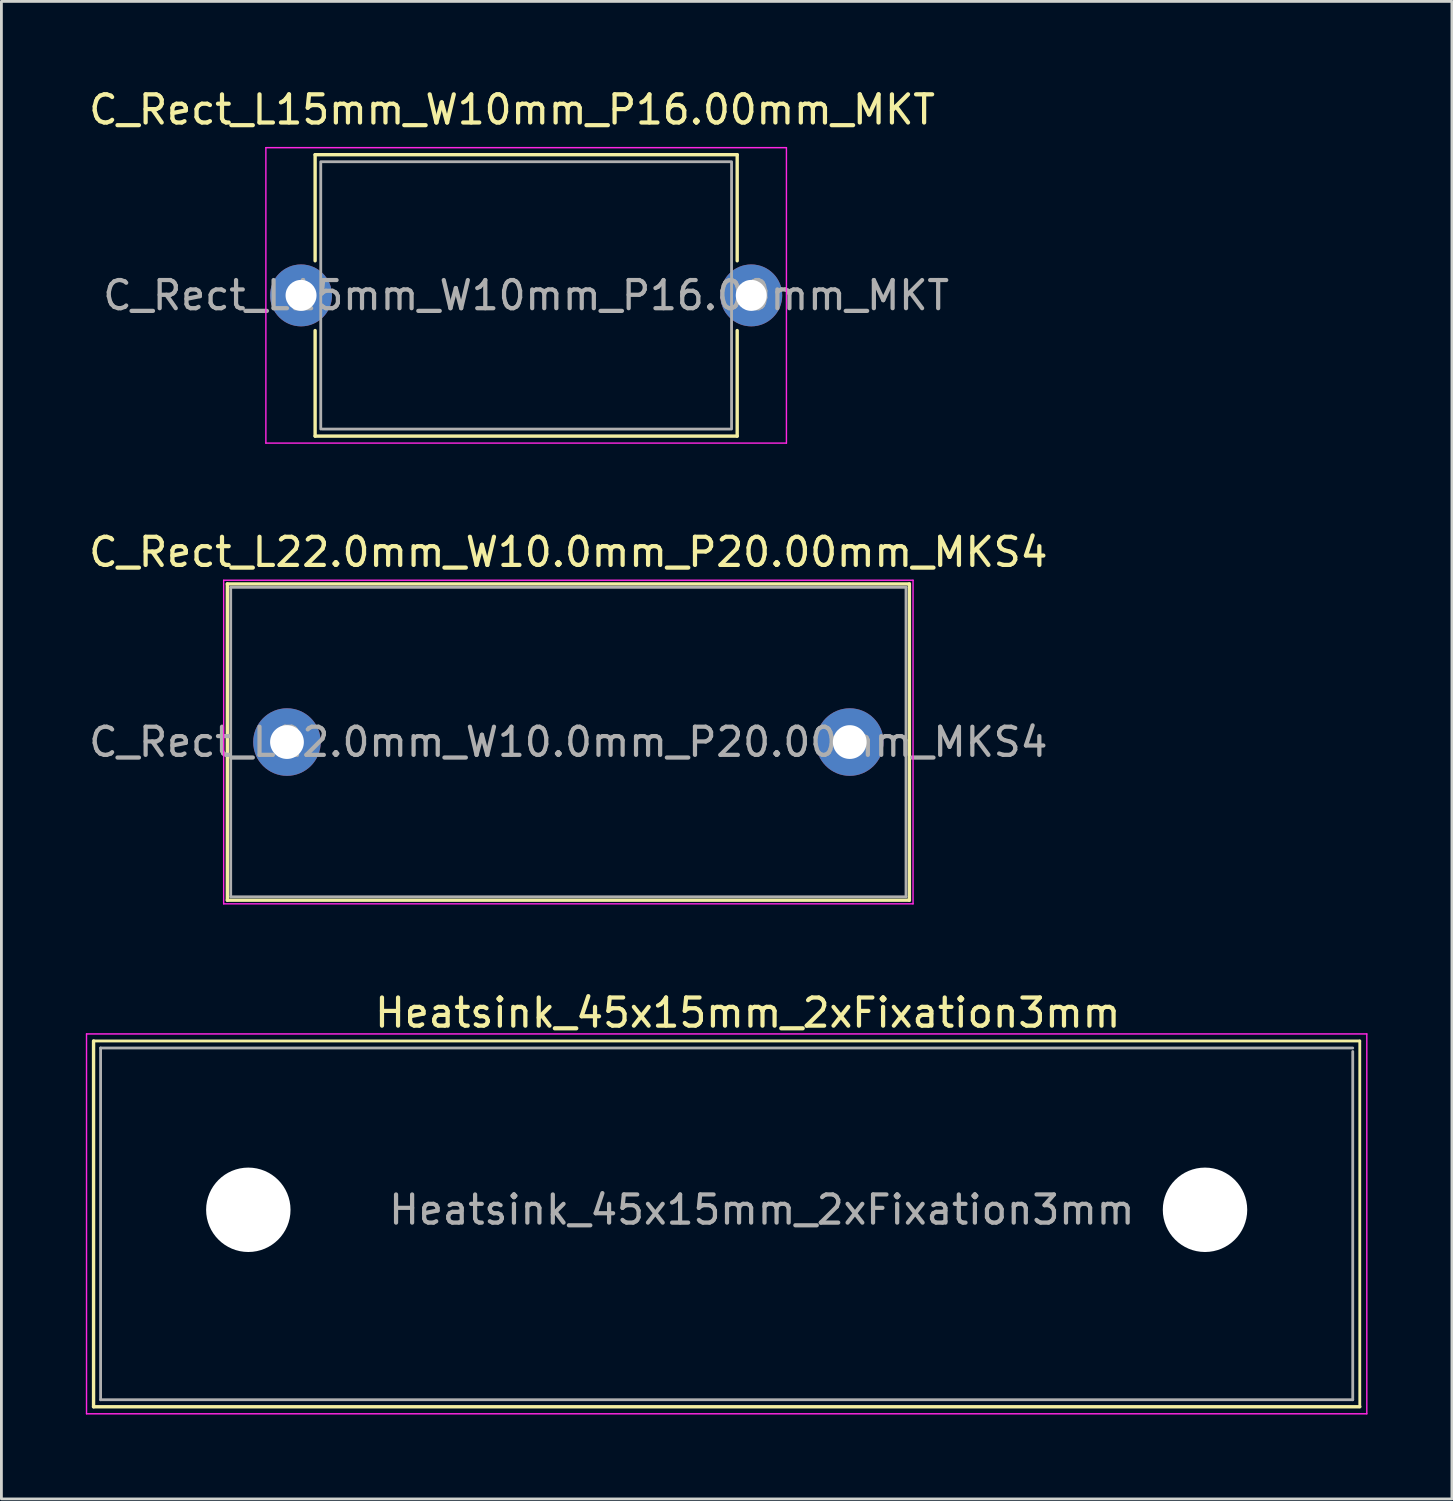
<source format=kicad_pcb>
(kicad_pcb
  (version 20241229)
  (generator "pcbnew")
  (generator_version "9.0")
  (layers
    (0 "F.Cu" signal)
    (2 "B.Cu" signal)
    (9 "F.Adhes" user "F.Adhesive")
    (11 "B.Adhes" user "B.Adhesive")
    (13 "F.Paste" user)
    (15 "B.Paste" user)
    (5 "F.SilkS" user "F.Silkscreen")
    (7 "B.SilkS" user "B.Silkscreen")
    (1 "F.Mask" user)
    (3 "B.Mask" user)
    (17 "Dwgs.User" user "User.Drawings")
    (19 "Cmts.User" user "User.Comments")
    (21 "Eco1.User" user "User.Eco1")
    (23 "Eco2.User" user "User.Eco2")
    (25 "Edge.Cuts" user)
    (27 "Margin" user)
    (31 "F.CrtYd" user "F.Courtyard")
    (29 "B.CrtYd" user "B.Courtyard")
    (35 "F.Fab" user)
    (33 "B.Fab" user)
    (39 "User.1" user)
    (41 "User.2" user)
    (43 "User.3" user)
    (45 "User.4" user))
  (footprint "C_Rect_L22.0mm_W10.0mm_P20.00mm_MKS4"
    (layer "F.Cu")
    (at 7.149 23.322)
    (property "Reference" "C_Rect_L22.0mm_W10.0mm_P20.00mm_MKS4" (at 10 -6.75 0) (layer "F.SilkS") (effects (font (size 1 1) (thickness 0.15))))
    (attr through_hole)
    (fp_line (start -2.12 -5.62) (end -2.12 5.62) (stroke (width 0.12) (type solid)) (layer "F.SilkS"))
    (fp_line (start -2.12 -5.62) (end 22.12 -5.62) (stroke (width 0.12) (type solid)) (layer "F.SilkS"))
    (fp_line (start -2.12 5.62) (end 22.12 5.62) (stroke (width 0.12) (type solid)) (layer "F.SilkS"))
    (fp_line (start 22.12 -5.62) (end 22.12 5.62) (stroke (width 0.12) (type solid)) (layer "F.SilkS"))
    (fp_line (start -2.25 -5.75) (end -2.25 5.75) (stroke (width 0.05) (type solid)) (layer "F.CrtYd"))
    (fp_line (start -2.25 5.75) (end 22.25 5.75) (stroke (width 0.05) (type solid)) (layer "F.CrtYd"))
    (fp_line (start 22.25 -5.75) (end -2.25 -5.75) (stroke (width 0.05) (type solid)) (layer "F.CrtYd"))
    (fp_line (start 22.25 5.75) (end 22.25 -5.75) (stroke (width 0.05) (type solid)) (layer "F.CrtYd"))
    (fp_line (start -2 -5.5) (end -2 5.5) (stroke (width 0.1) (type solid)) (layer "F.Fab"))
    (fp_line (start -2 5.5) (end 22 5.5) (stroke (width 0.1) (type solid)) (layer "F.Fab"))
    (fp_line (start 22 -5.5) (end -2 -5.5) (stroke (width 0.1) (type solid)) (layer "F.Fab"))
    (fp_line (start 22 5.5) (end 22 -5.5) (stroke (width 0.1) (type solid)) (layer "F.Fab"))
    (fp_text user "${REFERENCE}" (at 10 0 0) (layer "F.Fab") (effects (font (size 1 1) (thickness 0.15))))
    (pad "1" thru_hole circle (at 0 0) (size 2.4 2.4) (drill 1.2) (layers "*.Cu" "*.Mask"))
    (pad "2" thru_hole circle (at 20 0) (size 2.4 2.4) (drill 1.2) (layers "*.Cu" "*.Mask")))
  (footprint "Heatsink_45x15mm_2xFixation3mm"
    (layer "F.Cu")
    (at 0.275 46.945)
    (property "Reference" "Heatsink_45x15mm_2xFixation3mm" (at 23.25 -14 0) (layer "F.SilkS") (effects (font (size 1 1) (thickness 0.15))))
    (attr through_hole)
    (fp_line (start 0 -13) (end 45 -13) (stroke (width 0.1) (type default)) (layer "F.SilkS"))
    (fp_line (start 0 0) (end 0 -13) (stroke (width 0.12) (type solid)) (layer "F.SilkS"))
    (fp_line (start 0 0) (end 45 0) (stroke (width 0.12) (type solid)) (layer "F.SilkS"))
    (fp_line (start 45 0) (end 45 -13) (stroke (width 0.1) (type default)) (layer "F.SilkS"))
    (fp_line (start -0.25 -13.25) (end -0.25 0.25) (stroke (width 0.05) (type solid)) (layer "F.CrtYd"))
    (fp_line (start -0.25 -13.25) (end 45.25 -13.25) (stroke (width 0.05) (type solid)) (layer "F.CrtYd"))
    (fp_line (start 45.25 0.25) (end -0.25 0.25) (stroke (width 0.05) (type solid)) (layer "F.CrtYd"))
    (fp_line (start 45.25 0.25) (end 45.25 -13.25) (stroke (width 0.05) (type solid)) (layer "F.CrtYd"))
    (fp_line (start 0.25 -12.75) (end 44.75 -12.75) (stroke (width 0.1) (type solid)) (layer "F.Fab"))
    (fp_line (start 0.25 -0.25) (end 0.25 -12.75) (stroke (width 0.1) (type solid)) (layer "F.Fab"))
    (fp_line (start 44.75 -12.625) (end 44.75 -0.25) (stroke (width 0.1) (type solid)) (layer "F.Fab"))
    (fp_line (start 44.75 -0.25) (end 0.25 -0.25) (stroke (width 0.1) (type solid)) (layer "F.Fab"))
    (fp_text user "${REFERENCE}" (at 23.75 -7 0) (layer "F.Fab") (effects (font (size 1 1) (thickness 0.15))))
    (pad "" np_thru_hole circle (at 5.5 -7) (size 3 3) (drill 3.099) (layers "*.Cu" "*.Mask"))
    (pad "" np_thru_hole circle (at 39.5 -7) (size 3 3) (drill 3.099) (layers "*.Cu" "*.Mask")))
  (footprint "C_Rect_L15mm_W10mm_P16.00mm_MKT"
    (layer "F.Cu")
    (at 7.649 7.448)
    (property "Reference" "C_Rect_L15mm_W10mm_P16.00mm_MKT" (at 7.5 -6.6 0) (layer "F.SilkS") (effects (font (size 1 1) (thickness 0.15))))
    (attr through_hole)
    (fp_line (start 0.5 -5) (end 0.5 -1.23) (stroke (width 0.12) (type solid)) (layer "F.SilkS"))
    (fp_line (start 0.5 -5) (end 15.5 -5) (stroke (width 0.12) (type solid)) (layer "F.SilkS"))
    (fp_line (start 0.5 1.25) (end 0.5 5) (stroke (width 0.12) (type solid)) (layer "F.SilkS"))
    (fp_line (start 0.5 5) (end 15.5 5) (stroke (width 0.12) (type solid)) (layer "F.SilkS"))
    (fp_line (start 15.5 -5) (end 15.5 -1.23) (stroke (width 0.12) (type solid)) (layer "F.SilkS"))
    (fp_line (start 15.5 1.25) (end 15.5 5) (stroke (width 0.12) (type solid)) (layer "F.SilkS"))
    (fp_line (start -1.25 -5.25) (end -1.25 5.25) (stroke (width 0.05) (type solid)) (layer "F.CrtYd"))
    (fp_line (start -1.25 5.25) (end 17.25 5.25) (stroke (width 0.05) (type solid)) (layer "F.CrtYd"))
    (fp_line (start 17.25 -5.25) (end -1.25 -5.25) (stroke (width 0.05) (type solid)) (layer "F.CrtYd"))
    (fp_line (start 17.25 5.25) (end 17.25 -5.25) (stroke (width 0.05) (type solid)) (layer "F.CrtYd"))
    (fp_line (start 0.7 -4.75) (end 0.7 4.75) (stroke (width 0.1) (type solid)) (layer "F.Fab"))
    (fp_line (start 0.75 4.75) (end 15.25 4.75) (stroke (width 0.1) (type solid)) (layer "F.Fab"))
    (fp_line (start 15.25 -4.75) (end 0.75 -4.75) (stroke (width 0.1) (type solid)) (layer "F.Fab"))
    (fp_line (start 15.3 4.75) (end 15.3 -4.75) (stroke (width 0.1) (type solid)) (layer "F.Fab"))
    (fp_text user "${REFERENCE}" (at 8 0 0) (layer "F.Fab") (effects (font (size 1 1) (thickness 0.15))))
    (pad "1" thru_hole circle (at 0 0) (size 2.2 2.2) (drill 1.1) (layers "*.Cu" "*.Mask"))
    (pad "2" thru_hole circle (at 16 0) (size 2.2 2.2) (drill 1.1) (layers "*.Cu" "*.Mask")))
  (gr_rect
    (start -3 -3)
    (end 48.55 50.22)
    (stroke (width 0.1) (type default))
    (fill no)
    (layer "Edge.Cuts")))
</source>
